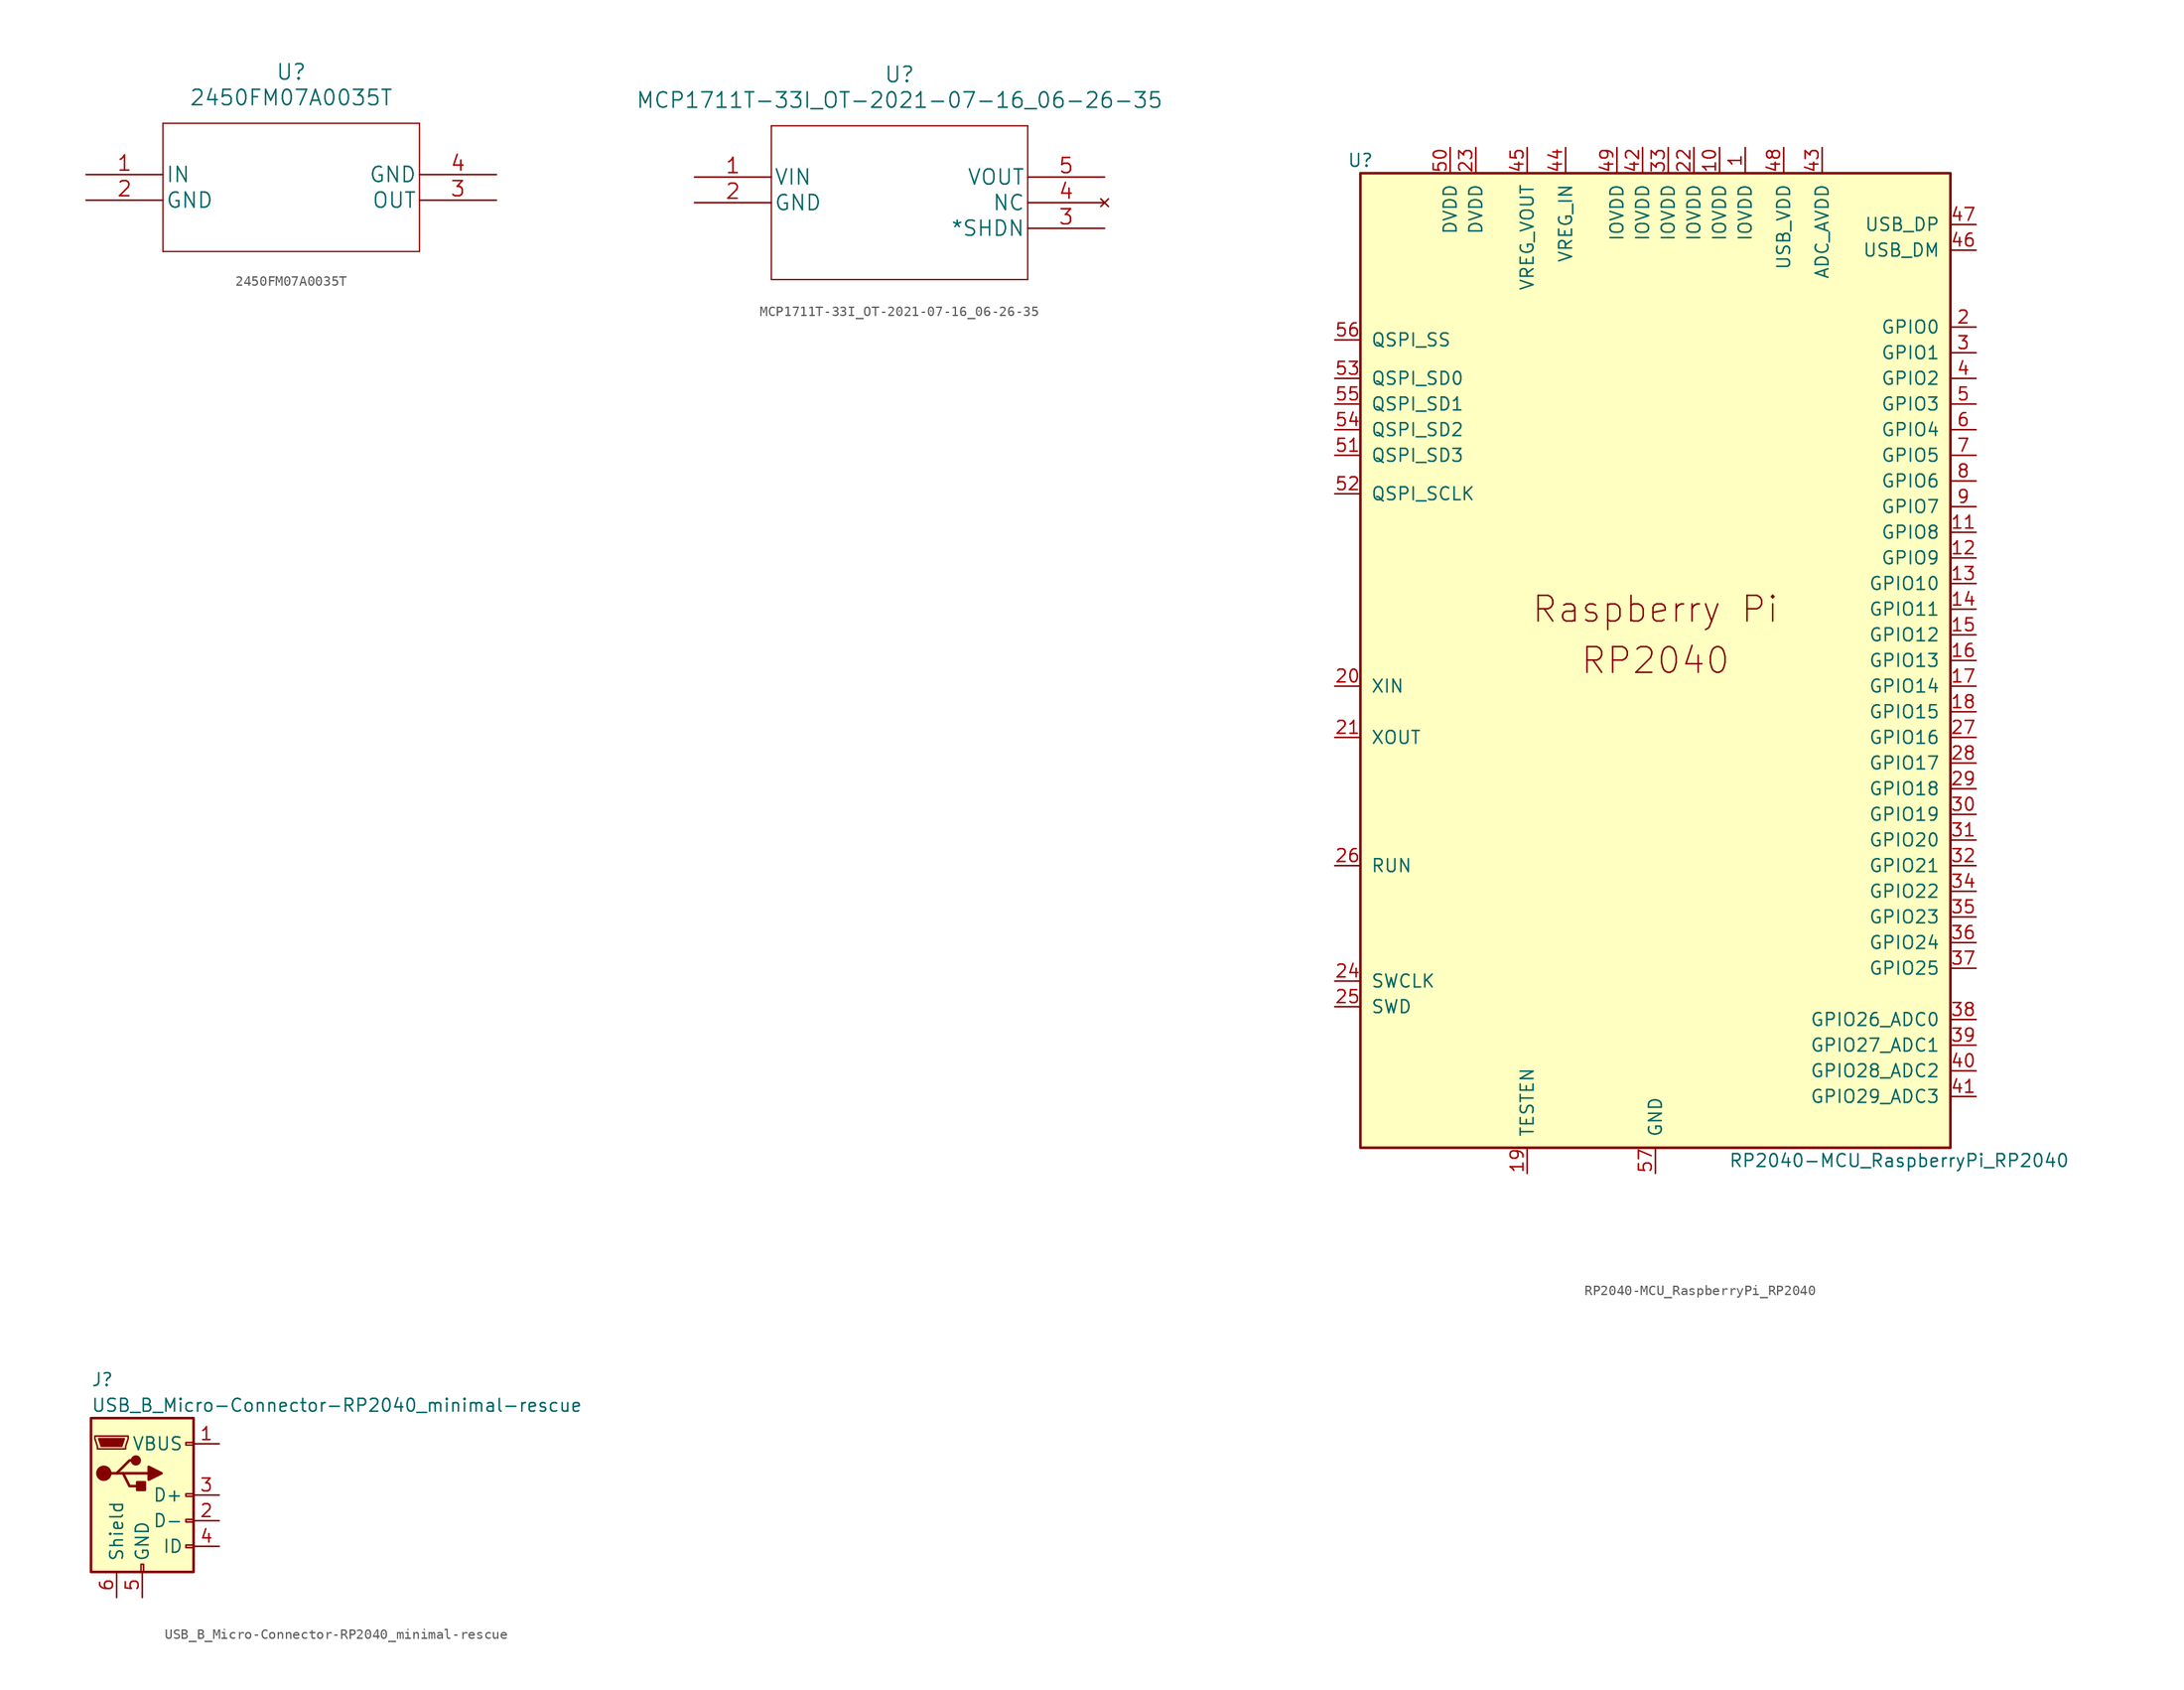
<source format=kicad_sym>
(kicad_symbol_lib
  (version 20211014)
  (generator kicad_symbol_editor)
  (symbol "2450FM07A0035T"
    (pin_names
      (offset 0.254))
    (property "Reference" "U"
      (at 20.32 10.16 0)
      (effects (font (size 1.524 1.524))))
    (property "Value" "2450FM07A0035T"
      (at 20.32 7.62 0)
      (effects (font (size 1.524 1.524))))
    (property "Datasheet" ""
      (at 0 0 0)
      (effects (font (size 1.524 1.524))))
    (property "ki_locked" ""
      (at 0 0 0)
      (effects (font (size 1.27 1.27))))
    (symbol "2450FM07A0035T_1_1"
      (polyline (pts (xy 7.62 -7.62) (xy 33.02 -7.62)) (stroke (width 0.127) (type default) (color 0 0 0 0)) (fill (type none)))
      (polyline (pts (xy 7.62 5.08) (xy 7.62 -7.62)) (stroke (width 0.127) (type default) (color 0 0 0 0)) (fill (type none)))
      (polyline (pts (xy 33.02 -7.62) (xy 33.02 5.08)) (stroke (width 0.127) (type default) (color 0 0 0 0)) (fill (type none)))
      (polyline (pts (xy 33.02 5.08) (xy 7.62 5.08)) (stroke (width 0.127) (type default) (color 0 0 0 0)) (fill (type none)))
      (pin input line (at 0 0 0) (length 7.62) (name "IN" (effects (font (size 1.499 1.499)))) (number "1" (effects (font (size 1.499 1.499)))))
      (pin power_in line (at 0 -2.54 0) (length 7.62) (name "GND" (effects (font (size 1.499 1.499)))) (number "2" (effects (font (size 1.499 1.499)))))
      (pin output line (at 40.64 -2.54 180) (length 7.62) (name "OUT" (effects (font (size 1.499 1.499)))) (number "3" (effects (font (size 1.499 1.499)))))
      (pin power_in line (at 40.64 0 180) (length 7.62) (name "GND" (effects (font (size 1.499 1.499)))) (number "4" (effects (font (size 1.499 1.499)))))))
  (symbol "MCP1711T-33I_OT-2021-07-16_06-26-35"
    (pin_names
      (offset 0.254))
    (property "Reference" "U"
      (at 20.32 10.16 0)
      (effects (font (size 1.524 1.524))))
    (property "Value" "MCP1711T-33I_OT-2021-07-16_06-26-35"
      (at 20.32 7.62 0)
      (effects (font (size 1.524 1.524))))
    (property "Datasheet" ""
      (at 0 0 0)
      (effects (font (size 1.524 1.524))))
    (property "ki_locked" ""
      (at 0 0 0)
      (effects (font (size 1.27 1.27))))
    (symbol "MCP1711T-33I_OT-2021-07-16_06-26-35_1_1"
      (polyline (pts (xy 7.62 -10.16) (xy 33.02 -10.16)) (stroke (width 0.127) (type default) (color 0 0 0 0)) (fill (type none)))
      (polyline (pts (xy 7.62 5.08) (xy 7.62 -10.16)) (stroke (width 0.127) (type default) (color 0 0 0 0)) (fill (type none)))
      (polyline (pts (xy 33.02 -10.16) (xy 33.02 5.08)) (stroke (width 0.127) (type default) (color 0 0 0 0)) (fill (type none)))
      (polyline (pts (xy 33.02 5.08) (xy 7.62 5.08)) (stroke (width 0.127) (type default) (color 0 0 0 0)) (fill (type none)))
      (pin power_in line (at 0 0 0) (length 7.62) (name "VIN" (effects (font (size 1.499 1.499)))) (number "1" (effects (font (size 1.499 1.499)))))
      (pin power_in line (at 0 -2.54 0) (length 7.62) (name "GND" (effects (font (size 1.499 1.499)))) (number "2" (effects (font (size 1.499 1.499)))))
      (pin input line (at 40.64 -5.08 180) (length 7.62) (name "*SHDN" (effects (font (size 1.499 1.499)))) (number "3" (effects (font (size 1.499 1.499)))))
      (pin no_connect line (at 40.64 -2.54 180) (length 7.62) (name "NC" (effects (font (size 1.499 1.499)))) (number "4" (effects (font (size 1.499 1.499)))))
      (pin output line (at 40.64 0 180) (length 7.62) (name "VOUT" (effects (font (size 1.499 1.499)))) (number "5" (effects (font (size 1.499 1.499)))))))
  (symbol "RP2040-MCU_RaspberryPi_RP2040"
    (pin_names
      (offset 1.016))
    (property "Reference" "U"
      (at -29.21 49.53 0)
      (effects (font (size 1.27 1.27))))
    (property "Value" "RP2040-MCU_RaspberryPi_RP2040"
      (at 24.13 -49.53 0)
      (effects (font (size 1.27 1.27))))
    (symbol "RP2040-MCU_RaspberryPi_RP2040_0_0"
      (text "Raspberry Pi" (at 0 5.08 0) (effects (font (size 2.54 2.54))))
      (text "RP2040" (at 0 0 0) (effects (font (size 2.54 2.54)))))
    (symbol "RP2040-MCU_RaspberryPi_RP2040_0_1"
      (rectangle (start 29.21 48.26) (end -29.21 -48.26) (stroke (width 0.254) (type default) (color 0 0 0 0)) (fill (type background))))
    (symbol "RP2040-MCU_RaspberryPi_RP2040_1_1"
      (pin power_in line (at 8.89 50.8 270) (length 2.54) (name "IOVDD" (effects (font (size 1.27 1.27)))) (number "1" (effects (font (size 1.27 1.27)))))
      (pin power_in line (at 6.35 50.8 270) (length 2.54) (name "IOVDD" (effects (font (size 1.27 1.27)))) (number "10" (effects (font (size 1.27 1.27)))))
      (pin bidirectional line (at 31.75 12.7 180) (length 2.54) (name "GPIO8" (effects (font (size 1.27 1.27)))) (number "11" (effects (font (size 1.27 1.27)))))
      (pin bidirectional line (at 31.75 10.16 180) (length 2.54) (name "GPIO9" (effects (font (size 1.27 1.27)))) (number "12" (effects (font (size 1.27 1.27)))))
      (pin bidirectional line (at 31.75 7.62 180) (length 2.54) (name "GPIO10" (effects (font (size 1.27 1.27)))) (number "13" (effects (font (size 1.27 1.27)))))
      (pin bidirectional line (at 31.75 5.08 180) (length 2.54) (name "GPIO11" (effects (font (size 1.27 1.27)))) (number "14" (effects (font (size 1.27 1.27)))))
      (pin bidirectional line (at 31.75 2.54 180) (length 2.54) (name "GPIO12" (effects (font (size 1.27 1.27)))) (number "15" (effects (font (size 1.27 1.27)))))
      (pin bidirectional line (at 31.75 0 180) (length 2.54) (name "GPIO13" (effects (font (size 1.27 1.27)))) (number "16" (effects (font (size 1.27 1.27)))))
      (pin bidirectional line (at 31.75 -2.54 180) (length 2.54) (name "GPIO14" (effects (font (size 1.27 1.27)))) (number "17" (effects (font (size 1.27 1.27)))))
      (pin bidirectional line (at 31.75 -5.08 180) (length 2.54) (name "GPIO15" (effects (font (size 1.27 1.27)))) (number "18" (effects (font (size 1.27 1.27)))))
      (pin passive line (at -12.7 -50.8 90) (length 2.54) (name "TESTEN" (effects (font (size 1.27 1.27)))) (number "19" (effects (font (size 1.27 1.27)))))
      (pin bidirectional line (at 31.75 33.02 180) (length 2.54) (name "GPIO0" (effects (font (size 1.27 1.27)))) (number "2" (effects (font (size 1.27 1.27)))))
      (pin input line (at -31.75 -2.54 0) (length 2.54) (name "XIN" (effects (font (size 1.27 1.27)))) (number "20" (effects (font (size 1.27 1.27)))))
      (pin passive line (at -31.75 -7.62 0) (length 2.54) (name "XOUT" (effects (font (size 1.27 1.27)))) (number "21" (effects (font (size 1.27 1.27)))))
      (pin power_in line (at 3.81 50.8 270) (length 2.54) (name "IOVDD" (effects (font (size 1.27 1.27)))) (number "22" (effects (font (size 1.27 1.27)))))
      (pin power_in line (at -17.78 50.8 270) (length 2.54) (name "DVDD" (effects (font (size 1.27 1.27)))) (number "23" (effects (font (size 1.27 1.27)))))
      (pin output line (at -31.75 -31.75 0) (length 2.54) (name "SWCLK" (effects (font (size 1.27 1.27)))) (number "24" (effects (font (size 1.27 1.27)))))
      (pin bidirectional line (at -31.75 -34.29 0) (length 2.54) (name "SWD" (effects (font (size 1.27 1.27)))) (number "25" (effects (font (size 1.27 1.27)))))
      (pin input line (at -31.75 -20.32 0) (length 2.54) (name "RUN" (effects (font (size 1.27 1.27)))) (number "26" (effects (font (size 1.27 1.27)))))
      (pin bidirectional line (at 31.75 -7.62 180) (length 2.54) (name "GPIO16" (effects (font (size 1.27 1.27)))) (number "27" (effects (font (size 1.27 1.27)))))
      (pin bidirectional line (at 31.75 -10.16 180) (length 2.54) (name "GPIO17" (effects (font (size 1.27 1.27)))) (number "28" (effects (font (size 1.27 1.27)))))
      (pin bidirectional line (at 31.75 -12.7 180) (length 2.54) (name "GPIO18" (effects (font (size 1.27 1.27)))) (number "29" (effects (font (size 1.27 1.27)))))
      (pin bidirectional line (at 31.75 30.48 180) (length 2.54) (name "GPIO1" (effects (font (size 1.27 1.27)))) (number "3" (effects (font (size 1.27 1.27)))))
      (pin bidirectional line (at 31.75 -15.24 180) (length 2.54) (name "GPIO19" (effects (font (size 1.27 1.27)))) (number "30" (effects (font (size 1.27 1.27)))))
      (pin bidirectional line (at 31.75 -17.78 180) (length 2.54) (name "GPIO20" (effects (font (size 1.27 1.27)))) (number "31" (effects (font (size 1.27 1.27)))))
      (pin bidirectional line (at 31.75 -20.32 180) (length 2.54) (name "GPIO21" (effects (font (size 1.27 1.27)))) (number "32" (effects (font (size 1.27 1.27)))))
      (pin power_in line (at 1.27 50.8 270) (length 2.54) (name "IOVDD" (effects (font (size 1.27 1.27)))) (number "33" (effects (font (size 1.27 1.27)))))
      (pin bidirectional line (at 31.75 -22.86 180) (length 2.54) (name "GPIO22" (effects (font (size 1.27 1.27)))) (number "34" (effects (font (size 1.27 1.27)))))
      (pin bidirectional line (at 31.75 -25.4 180) (length 2.54) (name "GPIO23" (effects (font (size 1.27 1.27)))) (number "35" (effects (font (size 1.27 1.27)))))
      (pin bidirectional line (at 31.75 -27.94 180) (length 2.54) (name "GPIO24" (effects (font (size 1.27 1.27)))) (number "36" (effects (font (size 1.27 1.27)))))
      (pin bidirectional line (at 31.75 -30.48 180) (length 2.54) (name "GPIO25" (effects (font (size 1.27 1.27)))) (number "37" (effects (font (size 1.27 1.27)))))
      (pin bidirectional line (at 31.75 -35.56 180) (length 2.54) (name "GPIO26_ADC0" (effects (font (size 1.27 1.27)))) (number "38" (effects (font (size 1.27 1.27)))))
      (pin bidirectional line (at 31.75 -38.1 180) (length 2.54) (name "GPIO27_ADC1" (effects (font (size 1.27 1.27)))) (number "39" (effects (font (size 1.27 1.27)))))
      (pin bidirectional line (at 31.75 27.94 180) (length 2.54) (name "GPIO2" (effects (font (size 1.27 1.27)))) (number "4" (effects (font (size 1.27 1.27)))))
      (pin bidirectional line (at 31.75 -40.64 180) (length 2.54) (name "GPIO28_ADC2" (effects (font (size 1.27 1.27)))) (number "40" (effects (font (size 1.27 1.27)))))
      (pin bidirectional line (at 31.75 -43.18 180) (length 2.54) (name "GPIO29_ADC3" (effects (font (size 1.27 1.27)))) (number "41" (effects (font (size 1.27 1.27)))))
      (pin power_in line (at -1.27 50.8 270) (length 2.54) (name "IOVDD" (effects (font (size 1.27 1.27)))) (number "42" (effects (font (size 1.27 1.27)))))
      (pin power_in line (at 16.51 50.8 270) (length 2.54) (name "ADC_AVDD" (effects (font (size 1.27 1.27)))) (number "43" (effects (font (size 1.27 1.27)))))
      (pin power_in line (at -8.89 50.8 270) (length 2.54) (name "VREG_IN" (effects (font (size 1.27 1.27)))) (number "44" (effects (font (size 1.27 1.27)))))
      (pin power_out line (at -12.7 50.8 270) (length 2.54) (name "VREG_VOUT" (effects (font (size 1.27 1.27)))) (number "45" (effects (font (size 1.27 1.27)))))
      (pin bidirectional line (at 31.75 40.64 180) (length 2.54) (name "USB_DM" (effects (font (size 1.27 1.27)))) (number "46" (effects (font (size 1.27 1.27)))))
      (pin bidirectional line (at 31.75 43.18 180) (length 2.54) (name "USB_DP" (effects (font (size 1.27 1.27)))) (number "47" (effects (font (size 1.27 1.27)))))
      (pin power_in line (at 12.7 50.8 270) (length 2.54) (name "USB_VDD" (effects (font (size 1.27 1.27)))) (number "48" (effects (font (size 1.27 1.27)))))
      (pin power_in line (at -3.81 50.8 270) (length 2.54) (name "IOVDD" (effects (font (size 1.27 1.27)))) (number "49" (effects (font (size 1.27 1.27)))))
      (pin bidirectional line (at 31.75 25.4 180) (length 2.54) (name "GPIO3" (effects (font (size 1.27 1.27)))) (number "5" (effects (font (size 1.27 1.27)))))
      (pin power_in line (at -20.32 50.8 270) (length 2.54) (name "DVDD" (effects (font (size 1.27 1.27)))) (number "50" (effects (font (size 1.27 1.27)))))
      (pin bidirectional line (at -31.75 20.32 0) (length 2.54) (name "QSPI_SD3" (effects (font (size 1.27 1.27)))) (number "51" (effects (font (size 1.27 1.27)))))
      (pin output line (at -31.75 16.51 0) (length 2.54) (name "QSPI_SCLK" (effects (font (size 1.27 1.27)))) (number "52" (effects (font (size 1.27 1.27)))))
      (pin bidirectional line (at -31.75 27.94 0) (length 2.54) (name "QSPI_SD0" (effects (font (size 1.27 1.27)))) (number "53" (effects (font (size 1.27 1.27)))))
      (pin bidirectional line (at -31.75 22.86 0) (length 2.54) (name "QSPI_SD2" (effects (font (size 1.27 1.27)))) (number "54" (effects (font (size 1.27 1.27)))))
      (pin bidirectional line (at -31.75 25.4 0) (length 2.54) (name "QSPI_SD1" (effects (font (size 1.27 1.27)))) (number "55" (effects (font (size 1.27 1.27)))))
      (pin bidirectional line (at -31.75 31.75 0) (length 2.54) (name "QSPI_SS" (effects (font (size 1.27 1.27)))) (number "56" (effects (font (size 1.27 1.27)))))
      (pin power_in line (at 0 -50.8 90) (length 2.54) (name "GND" (effects (font (size 1.27 1.27)))) (number "57" (effects (font (size 1.27 1.27)))))
      (pin bidirectional line (at 31.75 22.86 180) (length 2.54) (name "GPIO4" (effects (font (size 1.27 1.27)))) (number "6" (effects (font (size 1.27 1.27)))))
      (pin bidirectional line (at 31.75 20.32 180) (length 2.54) (name "GPIO5" (effects (font (size 1.27 1.27)))) (number "7" (effects (font (size 1.27 1.27)))))
      (pin bidirectional line (at 31.75 17.78 180) (length 2.54) (name "GPIO6" (effects (font (size 1.27 1.27)))) (number "8" (effects (font (size 1.27 1.27)))))
      (pin bidirectional line (at 31.75 15.24 180) (length 2.54) (name "GPIO7" (effects (font (size 1.27 1.27)))) (number "9" (effects (font (size 1.27 1.27)))))))
  (symbol "USB_B_Micro-Connector-RP2040_minimal-rescue"
    (pin_names
      (offset 1.016))
    (property "Reference" "J"
      (at -5.08 11.43 0)
      (effects (font (size 1.27 1.27)) (justify left)))
    (property "Value" "USB_B_Micro-Connector-RP2040_minimal-rescue"
      (at -5.08 8.89 0)
      (effects (font (size 1.27 1.27)) (justify left)))
    (symbol "USB_B_Micro-Connector-RP2040_minimal-rescue_0_1"
      (rectangle (start -5.08 -7.62) (end 5.08 7.62) (stroke (width 0.254) (type default) (color 0 0 0 0)) (fill (type background)))
      (circle (center -3.81 2.159) (radius 0.635) (stroke (width 0.254) (type default) (color 0 0 0 0)) (fill (type outline)))
      (circle (center -0.635 3.429) (radius 0.381) (stroke (width 0.254) (type default) (color 0 0 0 0)) (fill (type outline)))
      (rectangle (start -0.127 -7.62) (end 0.127 -6.858) (stroke (width 0) (type default) (color 0 0 0 0)) (fill (type none)))
      (polyline (pts (xy -1.905 2.159) (xy 0.635 2.159)) (stroke (width 0.254) (type default) (color 0 0 0 0)) (fill (type none)))
      (polyline (pts (xy -3.175 2.159) (xy -2.54 2.159) (xy -1.27 3.429) (xy -0.635 3.429)) (stroke (width 0.254) (type default) (color 0 0 0 0)) (fill (type none)))
      (polyline (pts (xy -2.54 2.159) (xy -1.905 2.159) (xy -1.27 0.889) (xy 0 0.889)) (stroke (width 0.254) (type default) (color 0 0 0 0)) (fill (type none)))
      (polyline (pts (xy 0.635 2.794) (xy 0.635 1.524) (xy 1.905 2.159) (xy 0.635 2.794)) (stroke (width 0.254) (type default) (color 0 0 0 0)) (fill (type outline)))
      (polyline (pts (xy -4.318 5.588) (xy -1.778 5.588) (xy -2.032 4.826) (xy -4.064 4.826) (xy -4.318 5.588)) (stroke (width 0) (type default) (color 0 0 0 0)) (fill (type outline)))
      (polyline (pts (xy -4.699 5.842) (xy -4.699 5.588) (xy -4.445 4.826) (xy -4.445 4.572) (xy -1.651 4.572) (xy -1.651 4.826) (xy -1.397 5.588) (xy -1.397 5.842) (xy -4.699 5.842)) (stroke (width 0) (type default) (color 0 0 0 0)) (fill (type none)))
      (rectangle (start 0.254 1.27) (end -0.508 0.508) (stroke (width 0.254) (type default) (color 0 0 0 0)) (fill (type outline)))
      (rectangle (start 5.08 -5.207) (end 4.318 -4.953) (stroke (width 0) (type default) (color 0 0 0 0)) (fill (type none)))
      (rectangle (start 5.08 -2.667) (end 4.318 -2.413) (stroke (width 0) (type default) (color 0 0 0 0)) (fill (type none)))
      (rectangle (start 5.08 -0.127) (end 4.318 0.127) (stroke (width 0) (type default) (color 0 0 0 0)) (fill (type none)))
      (rectangle (start 5.08 4.953) (end 4.318 5.207) (stroke (width 0) (type default) (color 0 0 0 0)) (fill (type none))))
    (symbol "USB_B_Micro-Connector-RP2040_minimal-rescue_1_1"
      (pin power_out line (at 7.62 5.08 180) (length 2.54) (name "VBUS" (effects (font (size 1.27 1.27)))) (number "1" (effects (font (size 1.27 1.27)))))
      (pin passive line (at 7.62 -2.54 180) (length 2.54) (name "D-" (effects (font (size 1.27 1.27)))) (number "2" (effects (font (size 1.27 1.27)))))
      (pin passive line (at 7.62 0 180) (length 2.54) (name "D+" (effects (font (size 1.27 1.27)))) (number "3" (effects (font (size 1.27 1.27)))))
      (pin passive line (at 7.62 -5.08 180) (length 2.54) (name "ID" (effects (font (size 1.27 1.27)))) (number "4" (effects (font (size 1.27 1.27)))))
      (pin power_out line (at 0 -10.16 90) (length 2.54) (name "GND" (effects (font (size 1.27 1.27)))) (number "5" (effects (font (size 1.27 1.27)))))
      (pin passive line (at -2.54 -10.16 90) (length 2.54) (name "Shield" (effects (font (size 1.27 1.27)))) (number "6" (effects (font (size 1.27 1.27))))))))
</source>
